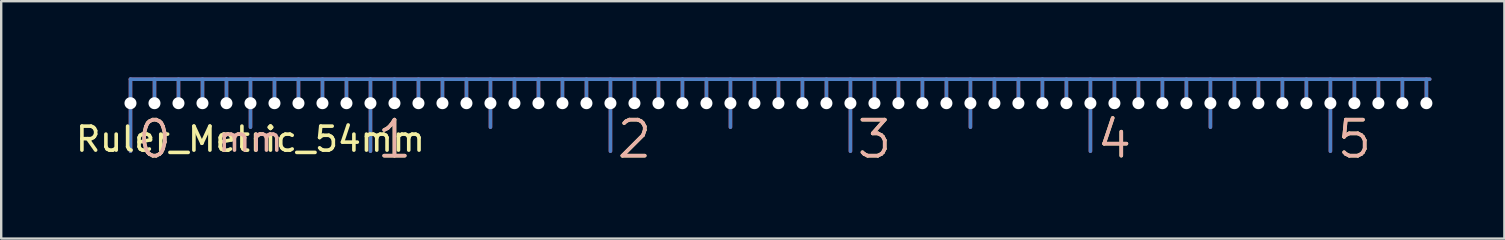
<source format=kicad_pcb>
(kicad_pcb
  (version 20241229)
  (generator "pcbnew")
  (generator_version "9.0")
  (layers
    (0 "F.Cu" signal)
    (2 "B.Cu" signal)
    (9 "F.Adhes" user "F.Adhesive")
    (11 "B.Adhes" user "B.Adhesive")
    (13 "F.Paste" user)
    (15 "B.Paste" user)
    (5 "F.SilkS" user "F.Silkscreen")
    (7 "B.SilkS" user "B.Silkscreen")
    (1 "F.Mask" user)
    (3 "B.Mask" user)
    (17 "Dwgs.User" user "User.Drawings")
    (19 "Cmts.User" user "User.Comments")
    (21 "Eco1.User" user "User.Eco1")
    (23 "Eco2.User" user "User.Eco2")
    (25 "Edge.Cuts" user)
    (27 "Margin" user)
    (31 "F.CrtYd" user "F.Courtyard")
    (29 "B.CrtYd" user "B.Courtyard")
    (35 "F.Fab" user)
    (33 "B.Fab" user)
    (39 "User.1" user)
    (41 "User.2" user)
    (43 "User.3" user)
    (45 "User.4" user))
  (footprint "Ruler_Metric_54mm"
    (layer "F.Cu")
    (at 2.387 0.25)
    (property "Reference" "Ruler_Metric_54mm" (at 5 2.5 0) (layer "F.SilkS") (effects (font (size 1 1) (thickness 0.15))))
    (attr through_hole)
    (fp_line (start 0 0) (end 0 3) (stroke (width 0.15) (type solid)) (layer "F.Cu"))
    (fp_line (start 1 0) (end 1 1) (stroke (width 0.15) (type solid)) (layer "F.Cu"))
    (fp_line (start 2 0) (end 2 1) (stroke (width 0.15) (type solid)) (layer "F.Cu"))
    (fp_line (start 3 0) (end 3 1) (stroke (width 0.15) (type solid)) (layer "F.Cu"))
    (fp_line (start 4 0) (end 4 1) (stroke (width 0.15) (type solid)) (layer "F.Cu"))
    (fp_line (start 5 0) (end 5 2) (stroke (width 0.15) (type solid)) (layer "F.Cu"))
    (fp_line (start 6 0) (end 6 1) (stroke (width 0.15) (type solid)) (layer "F.Cu"))
    (fp_line (start 7 0) (end 7 1) (stroke (width 0.15) (type solid)) (layer "F.Cu"))
    (fp_line (start 8 0) (end 8 1) (stroke (width 0.15) (type solid)) (layer "F.Cu"))
    (fp_line (start 9 0) (end 9 1) (stroke (width 0.15) (type solid)) (layer "F.Cu"))
    (fp_line (start 10 0) (end 10 3) (stroke (width 0.15) (type solid)) (layer "F.Cu"))
    (fp_line (start 11 0) (end 11 1) (stroke (width 0.15) (type solid)) (layer "F.Cu"))
    (fp_line (start 12 0) (end 12 1) (stroke (width 0.15) (type solid)) (layer "F.Cu"))
    (fp_line (start 13 0) (end 13 1) (stroke (width 0.15) (type solid)) (layer "F.Cu"))
    (fp_line (start 14 0) (end 14 1) (stroke (width 0.15) (type solid)) (layer "F.Cu"))
    (fp_line (start 15 0) (end 15 2) (stroke (width 0.15) (type solid)) (layer "F.Cu"))
    (fp_line (start 16 0) (end 16 1) (stroke (width 0.15) (type solid)) (layer "F.Cu"))
    (fp_line (start 17 0) (end 17 1) (stroke (width 0.15) (type solid)) (layer "F.Cu"))
    (fp_line (start 18 0) (end 18 1) (stroke (width 0.15) (type solid)) (layer "F.Cu"))
    (fp_line (start 19 0) (end 19 1) (stroke (width 0.15) (type solid)) (layer "F.Cu"))
    (fp_line (start 20 0) (end 20 3) (stroke (width 0.15) (type solid)) (layer "F.Cu"))
    (fp_line (start 21 0) (end 21 1) (stroke (width 0.15) (type solid)) (layer "F.Cu"))
    (fp_line (start 22 0) (end 22 1) (stroke (width 0.15) (type solid)) (layer "F.Cu"))
    (fp_line (start 23 0) (end 23 1) (stroke (width 0.15) (type solid)) (layer "F.Cu"))
    (fp_line (start 24 0) (end 24 1) (stroke (width 0.15) (type solid)) (layer "F.Cu"))
    (fp_line (start 25 0) (end 25 2) (stroke (width 0.15) (type solid)) (layer "F.Cu"))
    (fp_line (start 26 0) (end 26 1) (stroke (width 0.15) (type solid)) (layer "F.Cu"))
    (fp_line (start 27 0) (end 27 1) (stroke (width 0.15) (type solid)) (layer "F.Cu"))
    (fp_line (start 28 0) (end 28 1) (stroke (width 0.15) (type solid)) (layer "F.Cu"))
    (fp_line (start 29 0) (end 29 1) (stroke (width 0.15) (type solid)) (layer "F.Cu"))
    (fp_line (start 30 0) (end 30 3) (stroke (width 0.15) (type solid)) (layer "F.Cu"))
    (fp_line (start 31 0) (end 31 1) (stroke (width 0.15) (type solid)) (layer "F.Cu"))
    (fp_line (start 32 0) (end 32 1) (stroke (width 0.15) (type solid)) (layer "F.Cu"))
    (fp_line (start 33 0) (end 33 1) (stroke (width 0.15) (type solid)) (layer "F.Cu"))
    (fp_line (start 34 0) (end 34 1) (stroke (width 0.15) (type solid)) (layer "F.Cu"))
    (fp_line (start 35 0) (end 35 2) (stroke (width 0.15) (type solid)) (layer "F.Cu"))
    (fp_line (start 36 0) (end 36 1) (stroke (width 0.15) (type solid)) (layer "F.Cu"))
    (fp_line (start 37 0) (end 37 1) (stroke (width 0.15) (type solid)) (layer "F.Cu"))
    (fp_line (start 38 0) (end 38 1) (stroke (width 0.15) (type solid)) (layer "F.Cu"))
    (fp_line (start 39 0) (end 39 1) (stroke (width 0.15) (type solid)) (layer "F.Cu"))
    (fp_line (start 40 0) (end 40 3) (stroke (width 0.15) (type solid)) (layer "F.Cu"))
    (fp_line (start 41 0) (end 41 1) (stroke (width 0.15) (type solid)) (layer "F.Cu"))
    (fp_line (start 42 0) (end 42 1) (stroke (width 0.15) (type solid)) (layer "F.Cu"))
    (fp_line (start 43 0) (end 43 1) (stroke (width 0.15) (type solid)) (layer "F.Cu"))
    (fp_line (start 44 0) (end 44 1) (stroke (width 0.15) (type solid)) (layer "F.Cu"))
    (fp_line (start 45 0) (end 45 2) (stroke (width 0.15) (type solid)) (layer "F.Cu"))
    (fp_line (start 46 0) (end 46 1) (stroke (width 0.15) (type solid)) (layer "F.Cu"))
    (fp_line (start 47 0) (end 47 1) (stroke (width 0.15) (type solid)) (layer "F.Cu"))
    (fp_line (start 48 0) (end 48 1) (stroke (width 0.15) (type solid)) (layer "F.Cu"))
    (fp_line (start 49 0) (end 49 1) (stroke (width 0.15) (type solid)) (layer "F.Cu"))
    (fp_line (start 50 0) (end 50 3) (stroke (width 0.15) (type solid)) (layer "F.Cu"))
    (fp_line (start 51 0) (end 51 1) (stroke (width 0.15) (type solid)) (layer "F.Cu"))
    (fp_line (start 52 0) (end 52 1) (stroke (width 0.15) (type solid)) (layer "F.Cu"))
    (fp_line (start 53 0) (end 53 1) (stroke (width 0.15) (type solid)) (layer "F.Cu"))
    (fp_line (start 54 0) (end 54 1) (stroke (width 0.15) (type solid)) (layer "F.Cu"))
    (fp_line (start 54.138 0) (end 0 0) (stroke (width 0.15) (type solid)) (layer "F.Cu"))
    (fp_line (start 0 0) (end 0 3) (stroke (width 0.15) (type solid)) (layer "F.Mask"))
    (fp_line (start 0 0) (end 54.138 0) (stroke (width 0.15) (type solid)) (layer "F.Mask"))
    (fp_line (start 0 3) (end 0 3) (stroke (width 0.15) (type solid)) (layer "F.Mask"))
    (fp_line (start 1 0) (end 1 1) (stroke (width 0.15) (type solid)) (layer "F.Mask"))
    (fp_line (start 2 0) (end 2 1) (stroke (width 0.15) (type solid)) (layer "F.Mask"))
    (fp_line (start 3 0) (end 3 1) (stroke (width 0.15) (type solid)) (layer "F.Mask"))
    (fp_line (start 4 0) (end 4 1) (stroke (width 0.15) (type solid)) (layer "F.Mask"))
    (fp_line (start 5 0) (end 5 2) (stroke (width 0.15) (type solid)) (layer "F.Mask"))
    (fp_line (start 6 0) (end 6 1) (stroke (width 0.15) (type solid)) (layer "F.Mask"))
    (fp_line (start 7 0) (end 7 1) (stroke (width 0.15) (type solid)) (layer "F.Mask"))
    (fp_line (start 8 0) (end 8 1) (stroke (width 0.15) (type solid)) (layer "F.Mask"))
    (fp_line (start 9 0) (end 9 1) (stroke (width 0.15) (type solid)) (layer "F.Mask"))
    (fp_line (start 10 0) (end 10 3) (stroke (width 0.15) (type solid)) (layer "F.Mask"))
    (fp_line (start 11 0) (end 11 1) (stroke (width 0.15) (type solid)) (layer "F.Mask"))
    (fp_line (start 12 0) (end 12 1) (stroke (width 0.15) (type solid)) (layer "F.Mask"))
    (fp_line (start 13 0) (end 13 1) (stroke (width 0.15) (type solid)) (layer "F.Mask"))
    (fp_line (start 14 0) (end 14 1) (stroke (width 0.15) (type solid)) (layer "F.Mask"))
    (fp_line (start 15 0) (end 15 2) (stroke (width 0.15) (type solid)) (layer "F.Mask"))
    (fp_line (start 16 0) (end 16 1) (stroke (width 0.15) (type solid)) (layer "F.Mask"))
    (fp_line (start 17 0) (end 17 1) (stroke (width 0.15) (type solid)) (layer "F.Mask"))
    (fp_line (start 18 0) (end 18 1) (stroke (width 0.15) (type solid)) (layer "F.Mask"))
    (fp_line (start 19 0) (end 19 1) (stroke (width 0.15) (type solid)) (layer "F.Mask"))
    (fp_line (start 20 0) (end 20 3) (stroke (width 0.15) (type solid)) (layer "F.Mask"))
    (fp_line (start 21 0) (end 21 1) (stroke (width 0.15) (type solid)) (layer "F.Mask"))
    (fp_line (start 22 0) (end 22 1) (stroke (width 0.15) (type solid)) (layer "F.Mask"))
    (fp_line (start 23 0) (end 23 1) (stroke (width 0.15) (type solid)) (layer "F.Mask"))
    (fp_line (start 24 0) (end 24 1) (stroke (width 0.15) (type solid)) (layer "F.Mask"))
    (fp_line (start 25 0) (end 25 2) (stroke (width 0.15) (type solid)) (layer "F.Mask"))
    (fp_line (start 26 0) (end 26 1) (stroke (width 0.15) (type solid)) (layer "F.Mask"))
    (fp_line (start 27 0) (end 27 1) (stroke (width 0.15) (type solid)) (layer "F.Mask"))
    (fp_line (start 28 0) (end 28 1) (stroke (width 0.15) (type solid)) (layer "F.Mask"))
    (fp_line (start 29 0) (end 29 1) (stroke (width 0.15) (type solid)) (layer "F.Mask"))
    (fp_line (start 30 0) (end 30 3) (stroke (width 0.15) (type solid)) (layer "F.Mask"))
    (fp_line (start 31 0) (end 31 1) (stroke (width 0.15) (type solid)) (layer "F.Mask"))
    (fp_line (start 32 0) (end 32 1) (stroke (width 0.15) (type solid)) (layer "F.Mask"))
    (fp_line (start 33 0) (end 33 1) (stroke (width 0.15) (type solid)) (layer "F.Mask"))
    (fp_line (start 34 0) (end 34 1) (stroke (width 0.15) (type solid)) (layer "F.Mask"))
    (fp_line (start 35 0) (end 35 2) (stroke (width 0.15) (type solid)) (layer "F.Mask"))
    (fp_line (start 36 0) (end 36 1) (stroke (width 0.15) (type solid)) (layer "F.Mask"))
    (fp_line (start 37 0) (end 37 1) (stroke (width 0.15) (type solid)) (layer "F.Mask"))
    (fp_line (start 38 0) (end 38 1) (stroke (width 0.15) (type solid)) (layer "F.Mask"))
    (fp_line (start 39 0) (end 39 1) (stroke (width 0.15) (type solid)) (layer "F.Mask"))
    (fp_line (start 40 0) (end 40 3) (stroke (width 0.15) (type solid)) (layer "F.Mask"))
    (fp_line (start 41 0) (end 41 1) (stroke (width 0.15) (type solid)) (layer "F.Mask"))
    (fp_line (start 42 0) (end 42 1) (stroke (width 0.15) (type solid)) (layer "F.Mask"))
    (fp_line (start 43 0) (end 43 1) (stroke (width 0.15) (type solid)) (layer "F.Mask"))
    (fp_line (start 44 0) (end 44 1) (stroke (width 0.15) (type solid)) (layer "F.Mask"))
    (fp_line (start 45 0) (end 45 2) (stroke (width 0.15) (type solid)) (layer "F.Mask"))
    (fp_line (start 46 0) (end 46 1) (stroke (width 0.15) (type solid)) (layer "F.Mask"))
    (fp_line (start 47 0) (end 47 1) (stroke (width 0.15) (type solid)) (layer "F.Mask"))
    (fp_line (start 48 0) (end 48 1) (stroke (width 0.15) (type solid)) (layer "F.Mask"))
    (fp_line (start 49 0) (end 49 1) (stroke (width 0.15) (type solid)) (layer "F.Mask"))
    (fp_line (start 50 0) (end 50 3) (stroke (width 0.15) (type solid)) (layer "F.Mask"))
    (fp_line (start 51 0) (end 51 1) (stroke (width 0.15) (type solid)) (layer "F.Mask"))
    (fp_line (start 52 0) (end 52 1) (stroke (width 0.15) (type solid)) (layer "F.Mask"))
    (fp_line (start 53 0) (end 53 1) (stroke (width 0.15) (type solid)) (layer "F.Mask"))
    (fp_line (start 54 0) (end 54 1) (stroke (width 0.15) (type solid)) (layer "F.Mask"))
    (fp_line (start 0 0) (end 0 3) (stroke (width 0.15) (type solid)) (layer "B.Cu"))
    (fp_line (start 1 0) (end 1 1) (stroke (width 0.15) (type solid)) (layer "B.Cu"))
    (fp_line (start 2 0) (end 2 1) (stroke (width 0.15) (type solid)) (layer "B.Cu"))
    (fp_line (start 3 0) (end 3 1) (stroke (width 0.15) (type solid)) (layer "B.Cu"))
    (fp_line (start 4 0) (end 4 1) (stroke (width 0.15) (type solid)) (layer "B.Cu"))
    (fp_line (start 5 0) (end 5 2) (stroke (width 0.15) (type solid)) (layer "B.Cu"))
    (fp_line (start 6 0) (end 6 1) (stroke (width 0.15) (type solid)) (layer "B.Cu"))
    (fp_line (start 7 0) (end 7 1) (stroke (width 0.15) (type solid)) (layer "B.Cu"))
    (fp_line (start 8 0) (end 8 1) (stroke (width 0.15) (type solid)) (layer "B.Cu"))
    (fp_line (start 9 0) (end 9 1) (stroke (width 0.15) (type solid)) (layer "B.Cu"))
    (fp_line (start 10 0) (end 10 3) (stroke (width 0.15) (type solid)) (layer "B.Cu"))
    (fp_line (start 11 0) (end 11 1) (stroke (width 0.15) (type solid)) (layer "B.Cu"))
    (fp_line (start 12 0) (end 12 1) (stroke (width 0.15) (type solid)) (layer "B.Cu"))
    (fp_line (start 13 0) (end 13 1) (stroke (width 0.15) (type solid)) (layer "B.Cu"))
    (fp_line (start 14 0) (end 14 1) (stroke (width 0.15) (type solid)) (layer "B.Cu"))
    (fp_line (start 15 0) (end 15 2) (stroke (width 0.15) (type solid)) (layer "B.Cu"))
    (fp_line (start 16 0) (end 16 1) (stroke (width 0.15) (type solid)) (layer "B.Cu"))
    (fp_line (start 17 0) (end 17 1) (stroke (width 0.15) (type solid)) (layer "B.Cu"))
    (fp_line (start 18 0) (end 18 1) (stroke (width 0.15) (type solid)) (layer "B.Cu"))
    (fp_line (start 19 0) (end 19 1) (stroke (width 0.15) (type solid)) (layer "B.Cu"))
    (fp_line (start 20 0) (end 20 3) (stroke (width 0.15) (type solid)) (layer "B.Cu"))
    (fp_line (start 21 0) (end 21 1) (stroke (width 0.15) (type solid)) (layer "B.Cu"))
    (fp_line (start 22 0) (end 22 1) (stroke (width 0.15) (type solid)) (layer "B.Cu"))
    (fp_line (start 23 0) (end 23 1) (stroke (width 0.15) (type solid)) (layer "B.Cu"))
    (fp_line (start 24 0) (end 24 1) (stroke (width 0.15) (type solid)) (layer "B.Cu"))
    (fp_line (start 25 0) (end 25 2) (stroke (width 0.15) (type solid)) (layer "B.Cu"))
    (fp_line (start 26 0) (end 26 1) (stroke (width 0.15) (type solid)) (layer "B.Cu"))
    (fp_line (start 27 0) (end 27 1) (stroke (width 0.15) (type solid)) (layer "B.Cu"))
    (fp_line (start 28 0) (end 28 1) (stroke (width 0.15) (type solid)) (layer "B.Cu"))
    (fp_line (start 29 0) (end 29 1) (stroke (width 0.15) (type solid)) (layer "B.Cu"))
    (fp_line (start 30 0) (end 30 3) (stroke (width 0.15) (type solid)) (layer "B.Cu"))
    (fp_line (start 31 0) (end 31 1) (stroke (width 0.15) (type solid)) (layer "B.Cu"))
    (fp_line (start 32 0) (end 32 1) (stroke (width 0.15) (type solid)) (layer "B.Cu"))
    (fp_line (start 33 0) (end 33 1) (stroke (width 0.15) (type solid)) (layer "B.Cu"))
    (fp_line (start 34 0) (end 34 1) (stroke (width 0.15) (type solid)) (layer "B.Cu"))
    (fp_line (start 35 0) (end 35 2) (stroke (width 0.15) (type solid)) (layer "B.Cu"))
    (fp_line (start 36 0) (end 36 1) (stroke (width 0.15) (type solid)) (layer "B.Cu"))
    (fp_line (start 37 0) (end 37 1) (stroke (width 0.15) (type solid)) (layer "B.Cu"))
    (fp_line (start 38 0) (end 38 1) (stroke (width 0.15) (type solid)) (layer "B.Cu"))
    (fp_line (start 39 0) (end 39 1) (stroke (width 0.15) (type solid)) (layer "B.Cu"))
    (fp_line (start 40 0) (end 40 3) (stroke (width 0.15) (type solid)) (layer "B.Cu"))
    (fp_line (start 41 0) (end 41 1) (stroke (width 0.15) (type solid)) (layer "B.Cu"))
    (fp_line (start 42 0) (end 42 1) (stroke (width 0.15) (type solid)) (layer "B.Cu"))
    (fp_line (start 43 0) (end 43 1) (stroke (width 0.15) (type solid)) (layer "B.Cu"))
    (fp_line (start 44 0) (end 44 1) (stroke (width 0.15) (type solid)) (layer "B.Cu"))
    (fp_line (start 45 0) (end 45 2) (stroke (width 0.15) (type solid)) (layer "B.Cu"))
    (fp_line (start 46 0) (end 46 1) (stroke (width 0.15) (type solid)) (layer "B.Cu"))
    (fp_line (start 47 0) (end 47 1) (stroke (width 0.15) (type solid)) (layer "B.Cu"))
    (fp_line (start 48 0) (end 48 1) (stroke (width 0.15) (type solid)) (layer "B.Cu"))
    (fp_line (start 49 0) (end 49 1) (stroke (width 0.15) (type solid)) (layer "B.Cu"))
    (fp_line (start 50 0) (end 50 3) (stroke (width 0.15) (type solid)) (layer "B.Cu"))
    (fp_line (start 51 0) (end 51 1) (stroke (width 0.15) (type solid)) (layer "B.Cu"))
    (fp_line (start 52 0) (end 52 1) (stroke (width 0.15) (type solid)) (layer "B.Cu"))
    (fp_line (start 53 0) (end 53 1) (stroke (width 0.15) (type solid)) (layer "B.Cu"))
    (fp_line (start 54 0) (end 54 1) (stroke (width 0.15) (type solid)) (layer "B.Cu"))
    (fp_line (start 54.138 0) (end 0 0) (stroke (width 0.15) (type solid)) (layer "B.Cu"))
    (fp_line (start 0 0) (end 0 3) (stroke (width 0.15) (type solid)) (layer "B.Mask"))
    (fp_line (start 0 0) (end 54.138 0) (stroke (width 0.15) (type solid)) (layer "B.Mask"))
    (fp_line (start 0 3) (end 0 3) (stroke (width 0.15) (type solid)) (layer "B.Mask"))
    (fp_line (start 1 0) (end 1 1) (stroke (width 0.15) (type solid)) (layer "B.Mask"))
    (fp_line (start 2 0) (end 2 1) (stroke (width 0.15) (type solid)) (layer "B.Mask"))
    (fp_line (start 3 0) (end 3 1) (stroke (width 0.15) (type solid)) (layer "B.Mask"))
    (fp_line (start 4 0) (end 4 1) (stroke (width 0.15) (type solid)) (layer "B.Mask"))
    (fp_line (start 5 0) (end 5 2) (stroke (width 0.15) (type solid)) (layer "B.Mask"))
    (fp_line (start 6 0) (end 6 1) (stroke (width 0.15) (type solid)) (layer "B.Mask"))
    (fp_line (start 7 0) (end 7 1) (stroke (width 0.15) (type solid)) (layer "B.Mask"))
    (fp_line (start 8 0) (end 8 1) (stroke (width 0.15) (type solid)) (layer "B.Mask"))
    (fp_line (start 9 0) (end 9 1) (stroke (width 0.15) (type solid)) (layer "B.Mask"))
    (fp_line (start 10 0) (end 10 3) (stroke (width 0.15) (type solid)) (layer "B.Mask"))
    (fp_line (start 11 0) (end 11 1) (stroke (width 0.15) (type solid)) (layer "B.Mask"))
    (fp_line (start 12 0) (end 12 1) (stroke (width 0.15) (type solid)) (layer "B.Mask"))
    (fp_line (start 13 0) (end 13 1) (stroke (width 0.15) (type solid)) (layer "B.Mask"))
    (fp_line (start 14 0) (end 14 1) (stroke (width 0.15) (type solid)) (layer "B.Mask"))
    (fp_line (start 15 0) (end 15 2) (stroke (width 0.15) (type solid)) (layer "B.Mask"))
    (fp_line (start 16 0) (end 16 1) (stroke (width 0.15) (type solid)) (layer "B.Mask"))
    (fp_line (start 17 0) (end 17 1) (stroke (width 0.15) (type solid)) (layer "B.Mask"))
    (fp_line (start 18 0) (end 18 1) (stroke (width 0.15) (type solid)) (layer "B.Mask"))
    (fp_line (start 19 0) (end 19 1) (stroke (width 0.15) (type solid)) (layer "B.Mask"))
    (fp_line (start 20 0) (end 20 3) (stroke (width 0.15) (type solid)) (layer "B.Mask"))
    (fp_line (start 21 0) (end 21 1) (stroke (width 0.15) (type solid)) (layer "B.Mask"))
    (fp_line (start 22 0) (end 22 1) (stroke (width 0.15) (type solid)) (layer "B.Mask"))
    (fp_line (start 23 0) (end 23 1) (stroke (width 0.15) (type solid)) (layer "B.Mask"))
    (fp_line (start 24 0) (end 24 1) (stroke (width 0.15) (type solid)) (layer "B.Mask"))
    (fp_line (start 25 0) (end 25 2) (stroke (width 0.15) (type solid)) (layer "B.Mask"))
    (fp_line (start 26 0) (end 26 1) (stroke (width 0.15) (type solid)) (layer "B.Mask"))
    (fp_line (start 27 0) (end 27 1) (stroke (width 0.15) (type solid)) (layer "B.Mask"))
    (fp_line (start 28 0) (end 28 1) (stroke (width 0.15) (type solid)) (layer "B.Mask"))
    (fp_line (start 29 0) (end 29 1) (stroke (width 0.15) (type solid)) (layer "B.Mask"))
    (fp_line (start 30 0) (end 30 3) (stroke (width 0.15) (type solid)) (layer "B.Mask"))
    (fp_line (start 31 0) (end 31 1) (stroke (width 0.15) (type solid)) (layer "B.Mask"))
    (fp_line (start 32 0) (end 32 1) (stroke (width 0.15) (type solid)) (layer "B.Mask"))
    (fp_line (start 33 0) (end 33 1) (stroke (width 0.15) (type solid)) (layer "B.Mask"))
    (fp_line (start 34 0) (end 34 1) (stroke (width 0.15) (type solid)) (layer "B.Mask"))
    (fp_line (start 35 0) (end 35 2) (stroke (width 0.15) (type solid)) (layer "B.Mask"))
    (fp_line (start 36 0) (end 36 1) (stroke (width 0.15) (type solid)) (layer "B.Mask"))
    (fp_line (start 37 0) (end 37 1) (stroke (width 0.15) (type solid)) (layer "B.Mask"))
    (fp_line (start 38 0) (end 38 1) (stroke (width 0.15) (type solid)) (layer "B.Mask"))
    (fp_line (start 39 0) (end 39 1) (stroke (width 0.15) (type solid)) (layer "B.Mask"))
    (fp_line (start 40 0) (end 40 3) (stroke (width 0.15) (type solid)) (layer "B.Mask"))
    (fp_line (start 41 0) (end 41 1) (stroke (width 0.15) (type solid)) (layer "B.Mask"))
    (fp_line (start 42 0) (end 42 1) (stroke (width 0.15) (type solid)) (layer "B.Mask"))
    (fp_line (start 43 0) (end 43 1) (stroke (width 0.15) (type solid)) (layer "B.Mask"))
    (fp_line (start 44 0) (end 44 1) (stroke (width 0.15) (type solid)) (layer "B.Mask"))
    (fp_line (start 45 0) (end 45 2) (stroke (width 0.15) (type solid)) (layer "B.Mask"))
    (fp_line (start 46 0) (end 46 1) (stroke (width 0.15) (type solid)) (layer "B.Mask"))
    (fp_line (start 47 0) (end 47 1) (stroke (width 0.15) (type solid)) (layer "B.Mask"))
    (fp_line (start 48 0) (end 48 1) (stroke (width 0.15) (type solid)) (layer "B.Mask"))
    (fp_line (start 49 0) (end 49 1) (stroke (width 0.15) (type solid)) (layer "B.Mask"))
    (fp_line (start 50 0) (end 50 3) (stroke (width 0.15) (type solid)) (layer "B.Mask"))
    (fp_line (start 51 0) (end 51 1) (stroke (width 0.15) (type solid)) (layer "B.Mask"))
    (fp_line (start 52 0) (end 52 1) (stroke (width 0.15) (type solid)) (layer "B.Mask"))
    (fp_line (start 53 0) (end 53 1) (stroke (width 0.15) (type solid)) (layer "B.Mask"))
    (fp_line (start 54 0) (end 54 1) (stroke (width 0.15) (type solid)) (layer "B.Mask"))
    (fp_text user "3" (at 31 2.5 0) (layer "F.SilkS") (effects (font (size 1.5 1.5) (thickness 0.15))))
    (fp_text user "5" (at 51 2.5 0) (layer "F.SilkS") (effects (font (size 1.5 1.5) (thickness 0.15))))
    (fp_text user "0" (at 1 2.5 0) (layer "F.SilkS") (effects (font (size 1.5 1.5) (thickness 0.15))))
    (fp_text user "4" (at 41 2.5 0) (layer "F.SilkS") (effects (font (size 1.5 1.5) (thickness 0.15))))
    (fp_text user "1" (at 11 2.5 0) (layer "F.SilkS") (effects (font (size 1.5 1.5) (thickness 0.15))))
    (fp_text user "2" (at 21 2.5 0) (layer "F.SilkS") (effects (font (size 1.5 1.5) (thickness 0.15))))
    (fp_text user "3" (at 31 2.5 0) (unlocked yes) (layer "B.SilkS") (effects (font (size 1.5 1.5) (thickness 0.15))))
    (fp_text user "4" (at 41 2.5 0) (unlocked yes) (layer "B.SilkS") (effects (font (size 1.5 1.5) (thickness 0.15))))
    (fp_text user "mm" (at 5 2.5 0) (unlocked yes) (layer "B.SilkS") (effects (font (size 1 1) (thickness 0.15))))
    (fp_text user "2" (at 21 2.5 0) (unlocked yes) (layer "B.SilkS") (effects (font (size 1.5 1.5) (thickness 0.15))))
    (fp_text user "1" (at 11 2.5 0) (unlocked yes) (layer "B.SilkS") (effects (font (size 1.5 1.5) (thickness 0.15))))
    (fp_text user "5" (at 51 2.5 0) (unlocked yes) (layer "B.SilkS") (effects (font (size 1.5 1.5) (thickness 0.15))))
    (fp_text user "0" (at 1 2.5 0) (unlocked yes) (layer "B.SilkS") (effects (font (size 1.5 1.5) (thickness 0.15))))
    (pad "" np_thru_hole circle (at 0 1) (size 0.5 0.5) (drill 0.5) (layers "*.Cu" "*.Mask"))
    (pad "" np_thru_hole circle (at 1 1) (size 0.5 0.5) (drill 0.5) (layers "*.Cu" "*.Mask"))
    (pad "" np_thru_hole circle (at 2 1) (size 0.5 0.5) (drill 0.5) (layers "*.Cu" "*.Mask"))
    (pad "" np_thru_hole circle (at 3 1) (size 0.5 0.5) (drill 0.5) (layers "*.Cu" "*.Mask"))
    (pad "" np_thru_hole circle (at 4 1) (size 0.5 0.5) (drill 0.5) (layers "*.Cu" "*.Mask"))
    (pad "" np_thru_hole circle (at 5 1) (size 0.5 0.5) (drill 0.5) (layers "*.Cu" "*.Mask"))
    (pad "" np_thru_hole circle (at 6 1) (size 0.5 0.5) (drill 0.5) (layers "*.Cu" "*.Mask"))
    (pad "" np_thru_hole circle (at 7 1) (size 0.5 0.5) (drill 0.5) (layers "*.Cu" "*.Mask"))
    (pad "" np_thru_hole circle (at 8 1) (size 0.5 0.5) (drill 0.5) (layers "*.Cu" "*.Mask"))
    (pad "" np_thru_hole circle (at 9 1) (size 0.5 0.5) (drill 0.5) (layers "*.Cu" "*.Mask"))
    (pad "" np_thru_hole circle (at 10 1) (size 0.5 0.5) (drill 0.5) (layers "*.Cu" "*.Mask"))
    (pad "" np_thru_hole circle (at 11 1) (size 0.5 0.5) (drill 0.5) (layers "*.Cu" "*.Mask"))
    (pad "" np_thru_hole circle (at 12 1) (size 0.5 0.5) (drill 0.5) (layers "*.Cu" "*.Mask"))
    (pad "" np_thru_hole circle (at 13 1) (size 0.5 0.5) (drill 0.5) (layers "*.Cu" "*.Mask"))
    (pad "" np_thru_hole circle (at 14 1) (size 0.5 0.5) (drill 0.5) (layers "*.Cu" "*.Mask"))
    (pad "" np_thru_hole circle (at 15 1) (size 0.5 0.5) (drill 0.5) (layers "*.Cu" "*.Mask"))
    (pad "" np_thru_hole circle (at 16 1) (size 0.5 0.5) (drill 0.5) (layers "*.Cu" "*.Mask"))
    (pad "" np_thru_hole circle (at 17 1) (size 0.5 0.5) (drill 0.5) (layers "*.Cu" "*.Mask"))
    (pad "" np_thru_hole circle (at 18 1) (size 0.5 0.5) (drill 0.5) (layers "*.Cu" "*.Mask"))
    (pad "" np_thru_hole circle (at 19 1) (size 0.5 0.5) (drill 0.5) (layers "*.Cu" "*.Mask"))
    (pad "" np_thru_hole circle (at 20 1) (size 0.5 0.5) (drill 0.5) (layers "*.Cu" "*.Mask"))
    (pad "" np_thru_hole circle (at 21 1) (size 0.5 0.5) (drill 0.5) (layers "*.Cu" "*.Mask"))
    (pad "" np_thru_hole circle (at 22 1) (size 0.5 0.5) (drill 0.5) (layers "*.Cu" "*.Mask"))
    (pad "" np_thru_hole circle (at 23 1) (size 0.5 0.5) (drill 0.5) (layers "*.Cu" "*.Mask"))
    (pad "" np_thru_hole circle (at 24 1) (size 0.5 0.5) (drill 0.5) (layers "*.Cu" "*.Mask"))
    (pad "" np_thru_hole circle (at 25 1) (size 0.5 0.5) (drill 0.5) (layers "*.Cu" "*.Mask"))
    (pad "" np_thru_hole circle (at 26 1) (size 0.5 0.5) (drill 0.5) (layers "*.Cu" "*.Mask"))
    (pad "" np_thru_hole circle (at 27 1) (size 0.5 0.5) (drill 0.5) (layers "*.Cu" "*.Mask"))
    (pad "" np_thru_hole circle (at 28 1) (size 0.5 0.5) (drill 0.5) (layers "*.Cu" "*.Mask"))
    (pad "" np_thru_hole circle (at 29 1) (size 0.5 0.5) (drill 0.5) (layers "*.Cu" "*.Mask"))
    (pad "" np_thru_hole circle (at 30 1) (size 0.5 0.5) (drill 0.5) (layers "*.Cu" "*.Mask"))
    (pad "" np_thru_hole circle (at 31 1) (size 0.5 0.5) (drill 0.5) (layers "*.Cu" "*.Mask"))
    (pad "" np_thru_hole circle (at 32 1) (size 0.5 0.5) (drill 0.5) (layers "*.Cu" "*.Mask"))
    (pad "" np_thru_hole circle (at 33 1) (size 0.5 0.5) (drill 0.5) (layers "*.Cu" "*.Mask"))
    (pad "" np_thru_hole circle (at 34 1) (size 0.5 0.5) (drill 0.5) (layers "*.Cu" "*.Mask"))
    (pad "" np_thru_hole circle (at 35 1) (size 0.5 0.5) (drill 0.5) (layers "*.Cu" "*.Mask"))
    (pad "" np_thru_hole circle (at 36 1) (size 0.5 0.5) (drill 0.5) (layers "*.Cu" "*.Mask"))
    (pad "" np_thru_hole circle (at 37 1) (size 0.5 0.5) (drill 0.5) (layers "*.Cu" "*.Mask"))
    (pad "" np_thru_hole circle (at 38 1) (size 0.5 0.5) (drill 0.5) (layers "*.Cu" "*.Mask"))
    (pad "" np_thru_hole circle (at 39 1) (size 0.5 0.5) (drill 0.5) (layers "*.Cu" "*.Mask"))
    (pad "" np_thru_hole circle (at 40 1) (size 0.5 0.5) (drill 0.5) (layers "*.Cu" "*.Mask"))
    (pad "" np_thru_hole circle (at 41 1) (size 0.5 0.5) (drill 0.5) (layers "*.Cu" "*.Mask"))
    (pad "" np_thru_hole circle (at 42 1) (size 0.5 0.5) (drill 0.5) (layers "*.Cu" "*.Mask"))
    (pad "" np_thru_hole circle (at 43 1) (size 0.5 0.5) (drill 0.5) (layers "*.Cu" "*.Mask"))
    (pad "" np_thru_hole circle (at 44 1) (size 0.5 0.5) (drill 0.5) (layers "*.Cu" "*.Mask"))
    (pad "" np_thru_hole circle (at 45 1) (size 0.5 0.5) (drill 0.5) (layers "*.Cu" "*.Mask"))
    (pad "" np_thru_hole circle (at 46 1) (size 0.5 0.5) (drill 0.5) (layers "*.Cu" "*.Mask"))
    (pad "" np_thru_hole circle (at 47 1) (size 0.5 0.5) (drill 0.5) (layers "*.Cu" "*.Mask"))
    (pad "" np_thru_hole circle (at 48 1) (size 0.5 0.5) (drill 0.5) (layers "*.Cu" "*.Mask"))
    (pad "" np_thru_hole circle (at 49 1) (size 0.5 0.5) (drill 0.5) (layers "*.Cu" "*.Mask"))
    (pad "" np_thru_hole circle (at 50 1) (size 0.5 0.5) (drill 0.5) (layers "*.Cu" "*.Mask"))
    (pad "" np_thru_hole circle (at 51 1) (size 0.5 0.5) (drill 0.5) (layers "*.Cu" "*.Mask"))
    (pad "" np_thru_hole circle (at 52 1) (size 0.5 0.5) (drill 0.5) (layers "*.Cu" "*.Mask"))
    (pad "" np_thru_hole circle (at 53 1) (size 0.5 0.5) (drill 0.5) (layers "*.Cu" "*.Mask"))
    (pad "" np_thru_hole circle (at 54 1) (size 0.5 0.5) (drill 0.5) (layers "*.Cu" "*.Mask")))
  (gr_rect
    (start -3 -3)
    (end 59.637 6.891)
    (stroke (width 0.1) (type default))
    (fill no)
    (layer "Edge.Cuts")))
</source>
